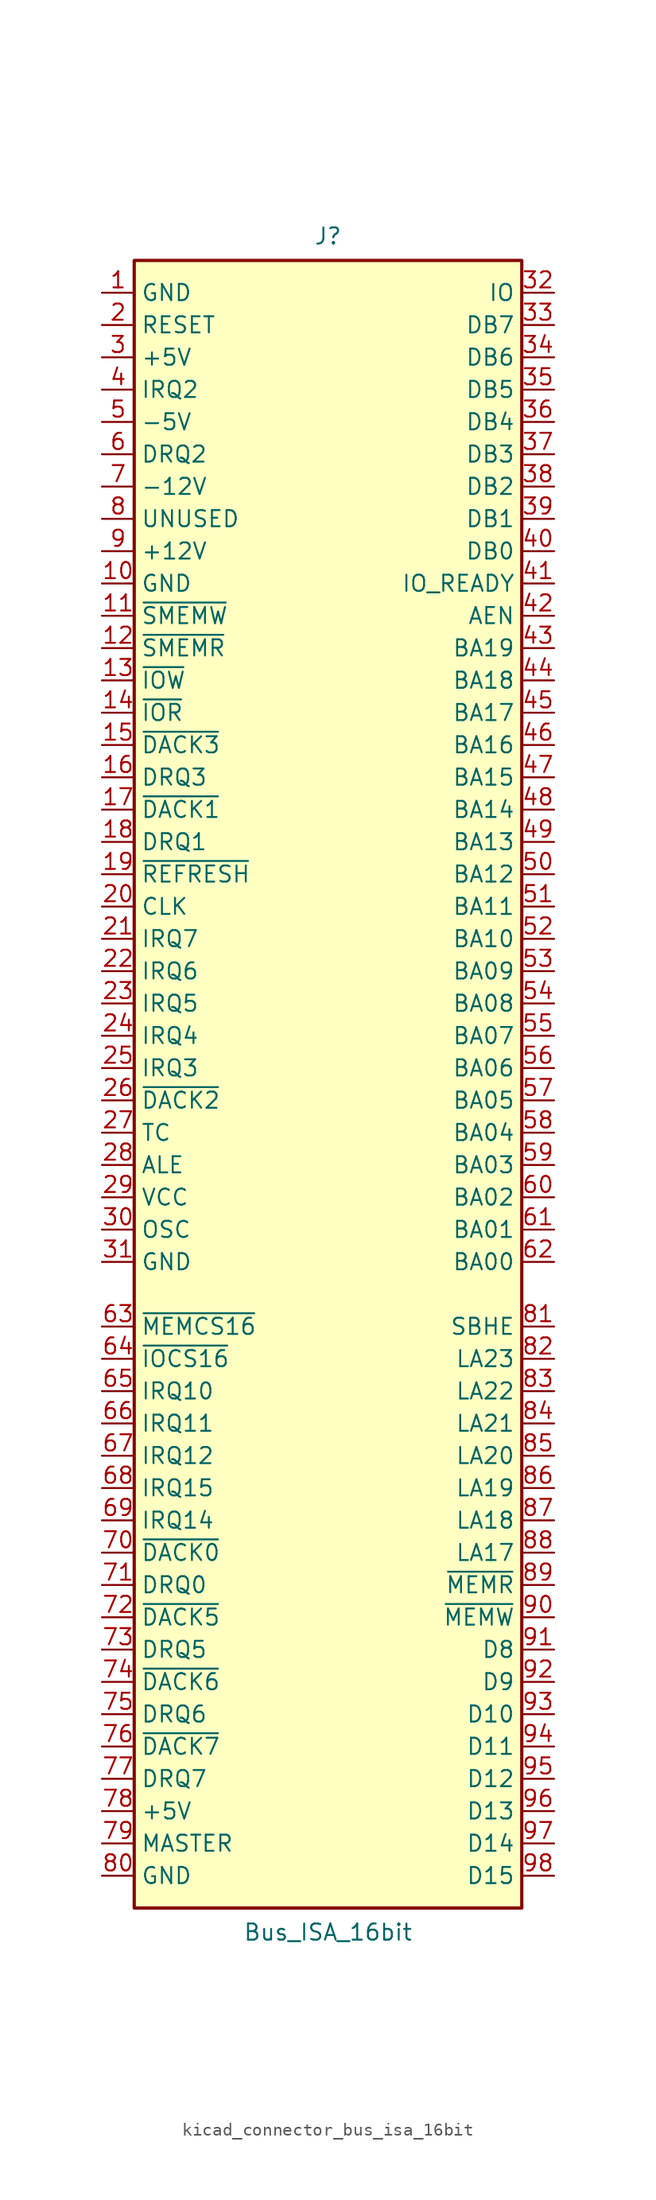
<source format=kicad_sym>
(kicad_symbol_lib
  (version 20220914)
  (generator kicad_symbol_editor)
  (symbol "kicad_connector_bus_isa_16bit"
    (property "Reference" "J"
      (at 0 67.945 0)
      (effects (font (size 1.27 1.27))))
    (property "Value" "Bus_ISA_16bit"
      (at 0 -65.405 0)
      (effects (font (size 1.27 1.27))))
    (symbol "kicad_connector_bus_isa_16bit_0_1"
      (rectangle (start -15.24 -63.5) (end 15.24 66.04) (stroke (width 0.254) (type default)) (fill (type background))))
    (symbol "kicad_connector_bus_isa_16bit_1_1"
      (pin power_in line (at -17.78 63.5 0) (length 2.54) (name "GND" (effects (font (size 1.27 1.27)))) (number "1" (effects (font (size 1.27 1.27)))))
      (pin power_in line (at -17.78 40.64 0) (length 2.54) (name "GND" (effects (font (size 1.27 1.27)))) (number "10" (effects (font (size 1.27 1.27)))))
      (pin output line (at -17.78 38.1 0) (length 2.54) (name "~{SMEMW}" (effects (font (size 1.27 1.27)))) (number "11" (effects (font (size 1.27 1.27)))))
      (pin output line (at -17.78 35.56 0) (length 2.54) (name "~{SMEMR}" (effects (font (size 1.27 1.27)))) (number "12" (effects (font (size 1.27 1.27)))))
      (pin output line (at -17.78 33.02 0) (length 2.54) (name "~{IOW}" (effects (font (size 1.27 1.27)))) (number "13" (effects (font (size 1.27 1.27)))))
      (pin output line (at -17.78 30.48 0) (length 2.54) (name "~{IOR}" (effects (font (size 1.27 1.27)))) (number "14" (effects (font (size 1.27 1.27)))))
      (pin passive line (at -17.78 27.94 0) (length 2.54) (name "~{DACK3}" (effects (font (size 1.27 1.27)))) (number "15" (effects (font (size 1.27 1.27)))))
      (pin passive line (at -17.78 25.4 0) (length 2.54) (name "DRQ3" (effects (font (size 1.27 1.27)))) (number "16" (effects (font (size 1.27 1.27)))))
      (pin passive line (at -17.78 22.86 0) (length 2.54) (name "~{DACK1}" (effects (font (size 1.27 1.27)))) (number "17" (effects (font (size 1.27 1.27)))))
      (pin passive line (at -17.78 20.32 0) (length 2.54) (name "DRQ1" (effects (font (size 1.27 1.27)))) (number "18" (effects (font (size 1.27 1.27)))))
      (pin passive line (at -17.78 17.78 0) (length 2.54) (name "~{REFRESH}" (effects (font (size 1.27 1.27)))) (number "19" (effects (font (size 1.27 1.27)))))
      (pin output line (at -17.78 60.96 0) (length 2.54) (name "RESET" (effects (font (size 1.27 1.27)))) (number "2" (effects (font (size 1.27 1.27)))))
      (pin output line (at -17.78 15.24 0) (length 2.54) (name "CLK" (effects (font (size 1.27 1.27)))) (number "20" (effects (font (size 1.27 1.27)))))
      (pin passive line (at -17.78 12.7 0) (length 2.54) (name "IRQ7" (effects (font (size 1.27 1.27)))) (number "21" (effects (font (size 1.27 1.27)))))
      (pin passive line (at -17.78 10.16 0) (length 2.54) (name "IRQ6" (effects (font (size 1.27 1.27)))) (number "22" (effects (font (size 1.27 1.27)))))
      (pin passive line (at -17.78 7.62 0) (length 2.54) (name "IRQ5" (effects (font (size 1.27 1.27)))) (number "23" (effects (font (size 1.27 1.27)))))
      (pin passive line (at -17.78 5.08 0) (length 2.54) (name "IRQ4" (effects (font (size 1.27 1.27)))) (number "24" (effects (font (size 1.27 1.27)))))
      (pin passive line (at -17.78 2.54 0) (length 2.54) (name "IRQ3" (effects (font (size 1.27 1.27)))) (number "25" (effects (font (size 1.27 1.27)))))
      (pin passive line (at -17.78 0 0) (length 2.54) (name "~{DACK2}" (effects (font (size 1.27 1.27)))) (number "26" (effects (font (size 1.27 1.27)))))
      (pin passive line (at -17.78 -2.54 0) (length 2.54) (name "TC" (effects (font (size 1.27 1.27)))) (number "27" (effects (font (size 1.27 1.27)))))
      (pin output line (at -17.78 -5.08 0) (length 2.54) (name "ALE" (effects (font (size 1.27 1.27)))) (number "28" (effects (font (size 1.27 1.27)))))
      (pin power_in line (at -17.78 -7.62 0) (length 2.54) (name "VCC" (effects (font (size 1.27 1.27)))) (number "29" (effects (font (size 1.27 1.27)))))
      (pin power_in line (at -17.78 58.42 0) (length 2.54) (name "+5V" (effects (font (size 1.27 1.27)))) (number "3" (effects (font (size 1.27 1.27)))))
      (pin output line (at -17.78 -10.16 0) (length 2.54) (name "OSC" (effects (font (size 1.27 1.27)))) (number "30" (effects (font (size 1.27 1.27)))))
      (pin power_in line (at -17.78 -12.7 0) (length 2.54) (name "GND" (effects (font (size 1.27 1.27)))) (number "31" (effects (font (size 1.27 1.27)))))
      (pin passive line (at 17.78 63.5 180) (length 2.54) (name "IO" (effects (font (size 1.27 1.27)))) (number "32" (effects (font (size 1.27 1.27)))))
      (pin tri_state line (at 17.78 60.96 180) (length 2.54) (name "DB7" (effects (font (size 1.27 1.27)))) (number "33" (effects (font (size 1.27 1.27)))))
      (pin tri_state line (at 17.78 58.42 180) (length 2.54) (name "DB6" (effects (font (size 1.27 1.27)))) (number "34" (effects (font (size 1.27 1.27)))))
      (pin tri_state line (at 17.78 55.88 180) (length 2.54) (name "DB5" (effects (font (size 1.27 1.27)))) (number "35" (effects (font (size 1.27 1.27)))))
      (pin tri_state line (at 17.78 53.34 180) (length 2.54) (name "DB4" (effects (font (size 1.27 1.27)))) (number "36" (effects (font (size 1.27 1.27)))))
      (pin tri_state line (at 17.78 50.8 180) (length 2.54) (name "DB3" (effects (font (size 1.27 1.27)))) (number "37" (effects (font (size 1.27 1.27)))))
      (pin tri_state line (at 17.78 48.26 180) (length 2.54) (name "DB2" (effects (font (size 1.27 1.27)))) (number "38" (effects (font (size 1.27 1.27)))))
      (pin tri_state line (at 17.78 45.72 180) (length 2.54) (name "DB1" (effects (font (size 1.27 1.27)))) (number "39" (effects (font (size 1.27 1.27)))))
      (pin passive line (at -17.78 55.88 0) (length 2.54) (name "IRQ2" (effects (font (size 1.27 1.27)))) (number "4" (effects (font (size 1.27 1.27)))))
      (pin tri_state line (at 17.78 43.18 180) (length 2.54) (name "DB0" (effects (font (size 1.27 1.27)))) (number "40" (effects (font (size 1.27 1.27)))))
      (pin passive line (at 17.78 40.64 180) (length 2.54) (name "IO_READY" (effects (font (size 1.27 1.27)))) (number "41" (effects (font (size 1.27 1.27)))))
      (pin output line (at 17.78 38.1 180) (length 2.54) (name "AEN" (effects (font (size 1.27 1.27)))) (number "42" (effects (font (size 1.27 1.27)))))
      (pin tri_state line (at 17.78 35.56 180) (length 2.54) (name "BA19" (effects (font (size 1.27 1.27)))) (number "43" (effects (font (size 1.27 1.27)))))
      (pin tri_state line (at 17.78 33.02 180) (length 2.54) (name "BA18" (effects (font (size 1.27 1.27)))) (number "44" (effects (font (size 1.27 1.27)))))
      (pin tri_state line (at 17.78 30.48 180) (length 2.54) (name "BA17" (effects (font (size 1.27 1.27)))) (number "45" (effects (font (size 1.27 1.27)))))
      (pin tri_state line (at 17.78 27.94 180) (length 2.54) (name "BA16" (effects (font (size 1.27 1.27)))) (number "46" (effects (font (size 1.27 1.27)))))
      (pin tri_state line (at 17.78 25.4 180) (length 2.54) (name "BA15" (effects (font (size 1.27 1.27)))) (number "47" (effects (font (size 1.27 1.27)))))
      (pin tri_state line (at 17.78 22.86 180) (length 2.54) (name "BA14" (effects (font (size 1.27 1.27)))) (number "48" (effects (font (size 1.27 1.27)))))
      (pin tri_state line (at 17.78 20.32 180) (length 2.54) (name "BA13" (effects (font (size 1.27 1.27)))) (number "49" (effects (font (size 1.27 1.27)))))
      (pin power_in line (at -17.78 53.34 0) (length 2.54) (name "-5V" (effects (font (size 1.27 1.27)))) (number "5" (effects (font (size 1.27 1.27)))))
      (pin tri_state line (at 17.78 17.78 180) (length 2.54) (name "BA12" (effects (font (size 1.27 1.27)))) (number "50" (effects (font (size 1.27 1.27)))))
      (pin tri_state line (at 17.78 15.24 180) (length 2.54) (name "BA11" (effects (font (size 1.27 1.27)))) (number "51" (effects (font (size 1.27 1.27)))))
      (pin tri_state line (at 17.78 12.7 180) (length 2.54) (name "BA10" (effects (font (size 1.27 1.27)))) (number "52" (effects (font (size 1.27 1.27)))))
      (pin tri_state line (at 17.78 10.16 180) (length 2.54) (name "BA09" (effects (font (size 1.27 1.27)))) (number "53" (effects (font (size 1.27 1.27)))))
      (pin tri_state line (at 17.78 7.62 180) (length 2.54) (name "BA08" (effects (font (size 1.27 1.27)))) (number "54" (effects (font (size 1.27 1.27)))))
      (pin tri_state line (at 17.78 5.08 180) (length 2.54) (name "BA07" (effects (font (size 1.27 1.27)))) (number "55" (effects (font (size 1.27 1.27)))))
      (pin tri_state line (at 17.78 2.54 180) (length 2.54) (name "BA06" (effects (font (size 1.27 1.27)))) (number "56" (effects (font (size 1.27 1.27)))))
      (pin tri_state line (at 17.78 0 180) (length 2.54) (name "BA05" (effects (font (size 1.27 1.27)))) (number "57" (effects (font (size 1.27 1.27)))))
      (pin tri_state line (at 17.78 -2.54 180) (length 2.54) (name "BA04" (effects (font (size 1.27 1.27)))) (number "58" (effects (font (size 1.27 1.27)))))
      (pin tri_state line (at 17.78 -5.08 180) (length 2.54) (name "BA03" (effects (font (size 1.27 1.27)))) (number "59" (effects (font (size 1.27 1.27)))))
      (pin passive line (at -17.78 50.8 0) (length 2.54) (name "DRQ2" (effects (font (size 1.27 1.27)))) (number "6" (effects (font (size 1.27 1.27)))))
      (pin tri_state line (at 17.78 -7.62 180) (length 2.54) (name "BA02" (effects (font (size 1.27 1.27)))) (number "60" (effects (font (size 1.27 1.27)))))
      (pin tri_state line (at 17.78 -10.16 180) (length 2.54) (name "BA01" (effects (font (size 1.27 1.27)))) (number "61" (effects (font (size 1.27 1.27)))))
      (pin tri_state line (at 17.78 -12.7 180) (length 2.54) (name "BA00" (effects (font (size 1.27 1.27)))) (number "62" (effects (font (size 1.27 1.27)))))
      (pin passive line (at -17.78 -17.78 0) (length 2.54) (name "~{MEMCS16}" (effects (font (size 1.27 1.27)))) (number "63" (effects (font (size 1.27 1.27)))))
      (pin passive line (at -17.78 -20.32 0) (length 2.54) (name "~{IOCS16}" (effects (font (size 1.27 1.27)))) (number "64" (effects (font (size 1.27 1.27)))))
      (pin passive line (at -17.78 -22.86 0) (length 2.54) (name "IRQ10" (effects (font (size 1.27 1.27)))) (number "65" (effects (font (size 1.27 1.27)))))
      (pin passive line (at -17.78 -25.4 0) (length 2.54) (name "IRQ11" (effects (font (size 1.27 1.27)))) (number "66" (effects (font (size 1.27 1.27)))))
      (pin passive line (at -17.78 -27.94 0) (length 2.54) (name "IRQ12" (effects (font (size 1.27 1.27)))) (number "67" (effects (font (size 1.27 1.27)))))
      (pin passive line (at -17.78 -30.48 0) (length 2.54) (name "IRQ15" (effects (font (size 1.27 1.27)))) (number "68" (effects (font (size 1.27 1.27)))))
      (pin passive line (at -17.78 -33.02 0) (length 2.54) (name "IRQ14" (effects (font (size 1.27 1.27)))) (number "69" (effects (font (size 1.27 1.27)))))
      (pin power_in line (at -17.78 48.26 0) (length 2.54) (name "-12V" (effects (font (size 1.27 1.27)))) (number "7" (effects (font (size 1.27 1.27)))))
      (pin output line (at -17.78 -35.56 0) (length 2.54) (name "~{DACK0}" (effects (font (size 1.27 1.27)))) (number "70" (effects (font (size 1.27 1.27)))))
      (pin passive line (at -17.78 -38.1 0) (length 2.54) (name "DRQ0" (effects (font (size 1.27 1.27)))) (number "71" (effects (font (size 1.27 1.27)))))
      (pin output line (at -17.78 -40.64 0) (length 2.54) (name "~{DACK5}" (effects (font (size 1.27 1.27)))) (number "72" (effects (font (size 1.27 1.27)))))
      (pin passive line (at -17.78 -43.18 0) (length 2.54) (name "DRQ5" (effects (font (size 1.27 1.27)))) (number "73" (effects (font (size 1.27 1.27)))))
      (pin output line (at -17.78 -45.72 0) (length 2.54) (name "~{DACK6}" (effects (font (size 1.27 1.27)))) (number "74" (effects (font (size 1.27 1.27)))))
      (pin passive line (at -17.78 -48.26 0) (length 2.54) (name "DRQ6" (effects (font (size 1.27 1.27)))) (number "75" (effects (font (size 1.27 1.27)))))
      (pin output line (at -17.78 -50.8 0) (length 2.54) (name "~{DACK7}" (effects (font (size 1.27 1.27)))) (number "76" (effects (font (size 1.27 1.27)))))
      (pin passive line (at -17.78 -53.34 0) (length 2.54) (name "DRQ7" (effects (font (size 1.27 1.27)))) (number "77" (effects (font (size 1.27 1.27)))))
      (pin power_in line (at -17.78 -55.88 0) (length 2.54) (name "+5V" (effects (font (size 1.27 1.27)))) (number "78" (effects (font (size 1.27 1.27)))))
      (pin passive line (at -17.78 -58.42 0) (length 2.54) (name "MASTER" (effects (font (size 1.27 1.27)))) (number "79" (effects (font (size 1.27 1.27)))))
      (pin passive line (at -17.78 45.72 0) (length 2.54) (name "UNUSED" (effects (font (size 1.27 1.27)))) (number "8" (effects (font (size 1.27 1.27)))))
      (pin power_in line (at -17.78 -60.96 0) (length 2.54) (name "GND" (effects (font (size 1.27 1.27)))) (number "80" (effects (font (size 1.27 1.27)))))
      (pin passive line (at 17.78 -17.78 180) (length 2.54) (name "SBHE" (effects (font (size 1.27 1.27)))) (number "81" (effects (font (size 1.27 1.27)))))
      (pin passive line (at 17.78 -20.32 180) (length 2.54) (name "LA23" (effects (font (size 1.27 1.27)))) (number "82" (effects (font (size 1.27 1.27)))))
      (pin passive line (at 17.78 -22.86 180) (length 2.54) (name "LA22" (effects (font (size 1.27 1.27)))) (number "83" (effects (font (size 1.27 1.27)))))
      (pin passive line (at 17.78 -25.4 180) (length 2.54) (name "LA21" (effects (font (size 1.27 1.27)))) (number "84" (effects (font (size 1.27 1.27)))))
      (pin passive line (at 17.78 -27.94 180) (length 2.54) (name "LA20" (effects (font (size 1.27 1.27)))) (number "85" (effects (font (size 1.27 1.27)))))
      (pin passive line (at 17.78 -30.48 180) (length 2.54) (name "LA19" (effects (font (size 1.27 1.27)))) (number "86" (effects (font (size 1.27 1.27)))))
      (pin passive line (at 17.78 -33.02 180) (length 2.54) (name "LA18" (effects (font (size 1.27 1.27)))) (number "87" (effects (font (size 1.27 1.27)))))
      (pin passive line (at 17.78 -35.56 180) (length 2.54) (name "LA17" (effects (font (size 1.27 1.27)))) (number "88" (effects (font (size 1.27 1.27)))))
      (pin output line (at 17.78 -38.1 180) (length 2.54) (name "~{MEMR}" (effects (font (size 1.27 1.27)))) (number "89" (effects (font (size 1.27 1.27)))))
      (pin power_in line (at -17.78 43.18 0) (length 2.54) (name "+12V" (effects (font (size 1.27 1.27)))) (number "9" (effects (font (size 1.27 1.27)))))
      (pin output line (at 17.78 -40.64 180) (length 2.54) (name "~{MEMW}" (effects (font (size 1.27 1.27)))) (number "90" (effects (font (size 1.27 1.27)))))
      (pin tri_state line (at 17.78 -43.18 180) (length 2.54) (name "D8" (effects (font (size 1.27 1.27)))) (number "91" (effects (font (size 1.27 1.27)))))
      (pin tri_state line (at 17.78 -45.72 180) (length 2.54) (name "D9" (effects (font (size 1.27 1.27)))) (number "92" (effects (font (size 1.27 1.27)))))
      (pin tri_state line (at 17.78 -48.26 180) (length 2.54) (name "D10" (effects (font (size 1.27 1.27)))) (number "93" (effects (font (size 1.27 1.27)))))
      (pin tri_state line (at 17.78 -50.8 180) (length 2.54) (name "D11" (effects (font (size 1.27 1.27)))) (number "94" (effects (font (size 1.27 1.27)))))
      (pin tri_state line (at 17.78 -53.34 180) (length 2.54) (name "D12" (effects (font (size 1.27 1.27)))) (number "95" (effects (font (size 1.27 1.27)))))
      (pin tri_state line (at 17.78 -55.88 180) (length 2.54) (name "D13" (effects (font (size 1.27 1.27)))) (number "96" (effects (font (size 1.27 1.27)))))
      (pin tri_state line (at 17.78 -58.42 180) (length 2.54) (name "D14" (effects (font (size 1.27 1.27)))) (number "97" (effects (font (size 1.27 1.27)))))
      (pin tri_state line (at 17.78 -60.96 180) (length 2.54) (name "D15" (effects (font (size 1.27 1.27)))) (number "98" (effects (font (size 1.27 1.27))))))))
</source>
